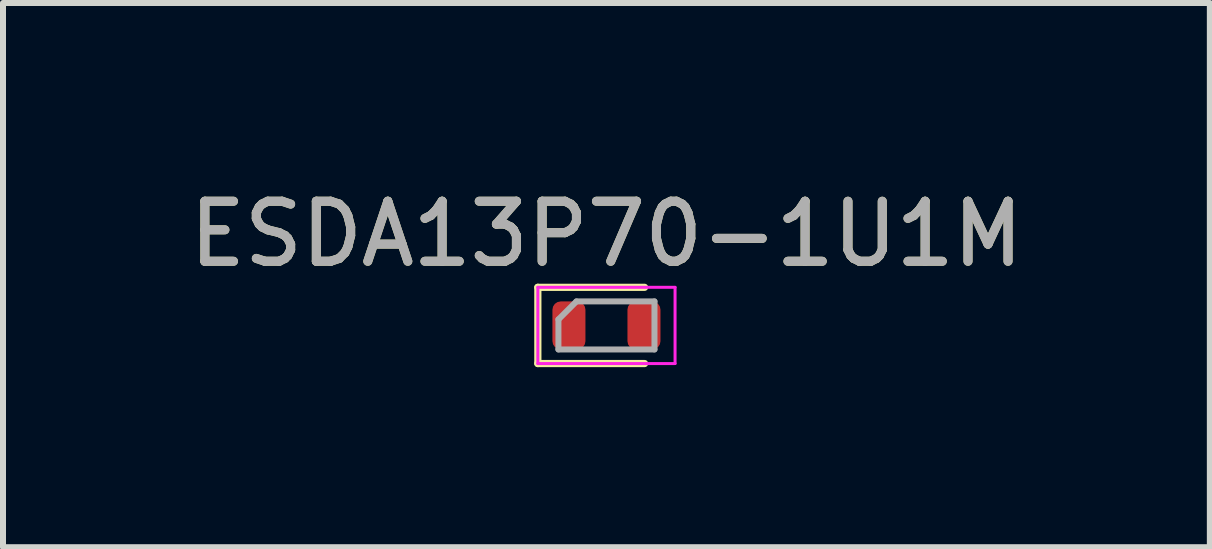
<source format=kicad_pcb>
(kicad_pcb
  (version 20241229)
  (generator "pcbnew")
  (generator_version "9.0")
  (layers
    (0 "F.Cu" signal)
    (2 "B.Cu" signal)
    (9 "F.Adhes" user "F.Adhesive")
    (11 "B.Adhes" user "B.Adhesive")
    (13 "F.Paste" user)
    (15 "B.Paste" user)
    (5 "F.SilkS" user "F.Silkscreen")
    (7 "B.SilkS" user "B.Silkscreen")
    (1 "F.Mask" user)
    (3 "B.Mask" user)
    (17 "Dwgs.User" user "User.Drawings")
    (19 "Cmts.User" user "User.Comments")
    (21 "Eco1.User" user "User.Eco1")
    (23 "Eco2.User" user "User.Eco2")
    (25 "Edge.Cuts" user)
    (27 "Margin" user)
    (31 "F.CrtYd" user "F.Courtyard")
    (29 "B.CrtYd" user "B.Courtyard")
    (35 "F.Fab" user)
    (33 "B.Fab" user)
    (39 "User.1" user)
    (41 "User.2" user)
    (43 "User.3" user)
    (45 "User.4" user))
  (footprint "ESDA13P70-1U1M"
    (layer "F.Cu")
    (at 7.054 2.372)
    (property "Reference" "ESDA13P70-1U1M" (at 0 -1.524 0) (unlocked yes) (layer "F.SilkS") (effects (font (size 1 1) (thickness 0.15))))
    (attr smd)
    (fp_line (start -1.143 -0.635) (end -1.143 0.635) (stroke (width 0.12) (type solid)) (layer "F.SilkS"))
    (fp_line (start -1.143 0.635) (end 0.635 0.635) (stroke (width 0.12) (type solid)) (layer "F.SilkS"))
    (fp_line (start 0.635 -0.635) (end -1.143 -0.635) (stroke (width 0.12) (type solid)) (layer "F.SilkS"))
    (fp_line (start -1.143 -0.635) (end -1.143 0.635) (stroke (width 0.05) (type solid)) (layer "F.CrtYd"))
    (fp_line (start -1.143 0.635) (end 1.143 0.635) (stroke (width 0.05) (type solid)) (layer "F.CrtYd"))
    (fp_line (start 1.143 -0.635) (end -1.143 -0.635) (stroke (width 0.05) (type solid)) (layer "F.CrtYd"))
    (fp_line (start 1.143 0.635) (end 1.143 -0.635) (stroke (width 0.05) (type solid)) (layer "F.CrtYd"))
    (fp_line (start -0.8 -0.1) (end -0.8 0.4) (stroke (width 0.1) (type solid)) (layer "F.Fab"))
    (fp_line (start -0.8 0.4) (end 0.8 0.4) (stroke (width 0.1) (type solid)) (layer "F.Fab"))
    (fp_line (start -0.5 -0.4) (end -0.8 -0.1) (stroke (width 0.1) (type solid)) (layer "F.Fab"))
    (fp_line (start 0.8 -0.4) (end -0.5 -0.4) (stroke (width 0.1) (type solid)) (layer "F.Fab"))
    (fp_line (start 0.8 0.4) (end 0.8 -0.4) (stroke (width 0.1) (type solid)) (layer "F.Fab"))
    (fp_text user "${REFERENCE}" (at 0 -1.524 0) (unlocked yes) (layer "F.Fab") (effects (font (size 1 1) (thickness 0.15))))
    (pad "1" smd roundrect (at -0.625 0) (size 0.55 0.8) (layers "F.Cu" "F.Mask" "F.Paste") (roundrect_rratio 0.25))
    (pad "2" smd roundrect (at 0.625 0) (size 0.55 0.8) (layers "F.Cu" "F.Mask" "F.Paste") (roundrect_rratio 0.25)))
  (gr_rect
    (start -3 -3)
    (end 17.107 6.067)
    (stroke (width 0.1) (type default))
    (fill no)
    (layer "Edge.Cuts")))
</source>
